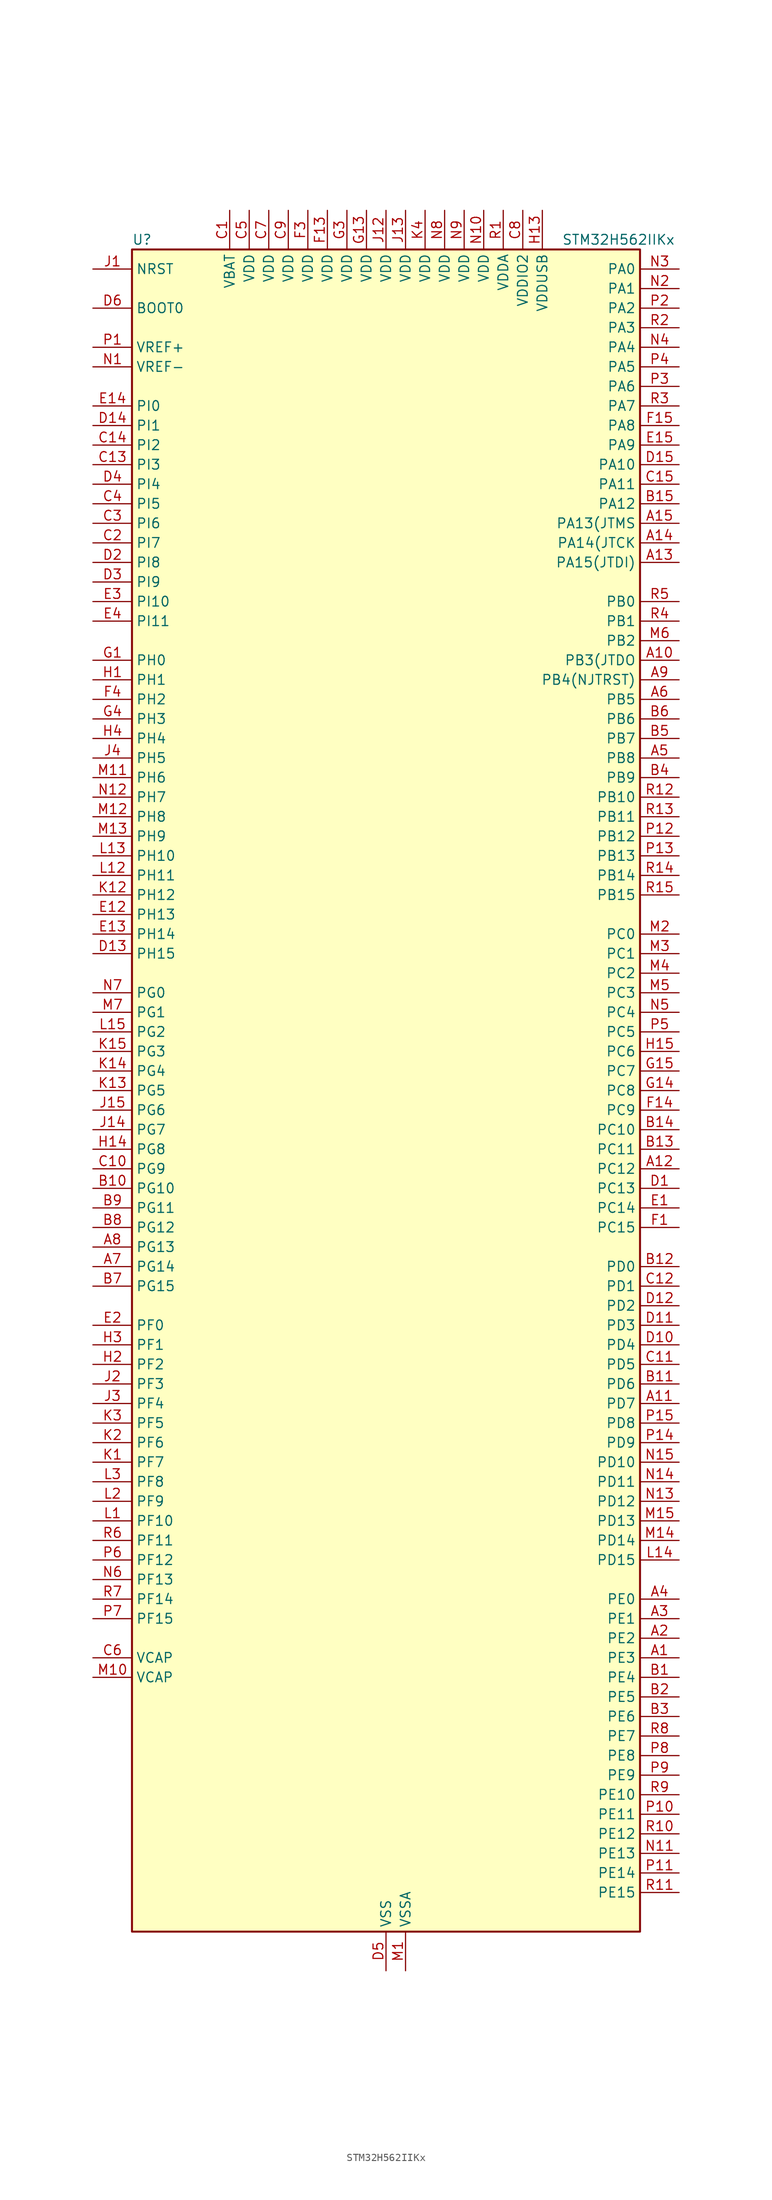
<source format=kicad_sym>
(kicad_symbol_lib
  (version 20231120)
  (generator "kicad-library-utils")
  (generator_version "8.0")
  (symbol "STM32H562IIKx"
    (property "Reference" "U"
      (at -33.02 110.49 0)
      (effects (font (size 1.27 1.27)) (justify left)))
    (property "Value" "STM32H562IIKx"
      (at 22.86 110.49 0)
      (effects (font (size 1.27 1.27)) (justify left)))
    (symbol "STM32H562IIKx_0_1"
      (rectangle (start -33.02 -109.22) (end 33.02 109.22) (stroke (width 0.254) (type default)) (fill (type background))))
    (symbol "STM32H562IIKx_1_1"
      (pin bidirectional line (at 38.1 -73.66 180) (length 5.08) (name "PE3" (effects (font (size 1.27 1.27)))) (number "A1" (effects (font (size 1.27 1.27)))) (alternate "DEBUG_TRACED0" bidirectional line) (alternate "FMC_A19" bidirectional line) (alternate "SAI1_SD_B" bidirectional line) (alternate "TAMP_IN6" bidirectional line) (alternate "TAMP_OUT3" bidirectional line) (alternate "TIM15_BKIN" bidirectional line) (alternate "USART10_TX" bidirectional line))
      (pin bidirectional line (at 38.1 55.88 180) (length 5.08) (name "PB3(JTDO" (effects (font (size 1.27 1.27)))) (number "A10" (effects (font (size 1.27 1.27)))) (alternate "CRS_SYNC" bidirectional line) (alternate "DEBUG_JTDO-SWO" bidirectional line) (alternate "I2C2_SDA" bidirectional line) (alternate "I2S1_CK" bidirectional line) (alternate "I2S3_CK" bidirectional line) (alternate "LPTIM6_ETR" bidirectional line) (alternate "SPI1_SCK" bidirectional line) (alternate "SPI3_SCK" bidirectional line) (alternate "SPI6_SCK" bidirectional line) (alternate "TIM2_CH2" bidirectional line) (alternate "UART12_CTS" bidirectional line) (alternate "UART7_RX" bidirectional line))
      (pin bidirectional line (at 38.1 -40.64 180) (length 5.08) (name "PD7" (effects (font (size 1.27 1.27)))) (number "A11" (effects (font (size 1.27 1.27)))) (alternate "FMC_NCE" bidirectional line) (alternate "FMC_NE1" bidirectional line) (alternate "I2S1_SDO" bidirectional line) (alternate "LPTIM4_OUT" bidirectional line) (alternate "OCTOSPI1_IO7" bidirectional line) (alternate "SPI1_MOSI" bidirectional line) (alternate "USART2_CK" bidirectional line))
      (pin bidirectional line (at 38.1 -10.16 180) (length 5.08) (name "PC12" (effects (font (size 1.27 1.27)))) (number "A12" (effects (font (size 1.27 1.27)))) (alternate "DCMI_D9" bidirectional line) (alternate "DEBUG_TRACED3" bidirectional line) (alternate "I2S3_SDO" bidirectional line) (alternate "PSSI_D9" bidirectional line) (alternate "SDMMC1_CK" bidirectional line) (alternate "SPI3_MOSI" bidirectional line) (alternate "SPI6_SCK" bidirectional line) (alternate "TIM15_CH1" bidirectional line) (alternate "UART5_TX" bidirectional line) (alternate "USART3_CK" bidirectional line))
      (pin bidirectional line (at 38.1 68.58 180) (length 5.08) (name "PA15(JTDI)" (effects (font (size 1.27 1.27)))) (number "A13" (effects (font (size 1.27 1.27)))) (alternate "ADC1_EXTI15" bidirectional line) (alternate "ADC2_EXTI15" bidirectional line) (alternate "CEC" bidirectional line) (alternate "DCMI_D11" bidirectional line) (alternate "DEBUG_JTDI" bidirectional line) (alternate "FMC_NBL1" bidirectional line) (alternate "I2S1_WS" bidirectional line) (alternate "I2S3_WS" bidirectional line) (alternate "LPTIM3_IN2" bidirectional line) (alternate "PSSI_D11" bidirectional line) (alternate "SPI1_NSS" bidirectional line) (alternate "SPI3_NSS" bidirectional line) (alternate "SPI6_NSS" bidirectional line) (alternate "TIM2_CH1" bidirectional line) (alternate "TIM2_ETR" bidirectional line) (alternate "UART4_DE" bidirectional line) (alternate "UART4_RTS" bidirectional line) (alternate "UART7_TX" bidirectional line))
      (pin bidirectional line (at 38.1 71.12 180) (length 5.08) (name "PA14(JTCK" (effects (font (size 1.27 1.27)))) (number "A14" (effects (font (size 1.27 1.27)))) (alternate "DEBUG_JTCK-SWCLK" bidirectional line))
      (pin bidirectional line (at 38.1 73.66 180) (length 5.08) (name "PA13(JTMS" (effects (font (size 1.27 1.27)))) (number "A15" (effects (font (size 1.27 1.27)))) (alternate "DEBUG_JTMS-SWDIO" bidirectional line))
      (pin bidirectional line (at 38.1 -71.12 180) (length 5.08) (name "PE2" (effects (font (size 1.27 1.27)))) (number "A2" (effects (font (size 1.27 1.27)))) (alternate "DCMI_D3" bidirectional line) (alternate "DEBUG_TRACECLK" bidirectional line) (alternate "FMC_A23" bidirectional line) (alternate "LPTIM1_IN2" bidirectional line) (alternate "OCTOSPI1_IO2" bidirectional line) (alternate "PSSI_D3" bidirectional line) (alternate "SAI1_CK1" bidirectional line) (alternate "SAI1_MCLK_A" bidirectional line) (alternate "SPI4_SCK" bidirectional line) (alternate "UART8_TX" bidirectional line) (alternate "USART10_RX" bidirectional line))
      (pin bidirectional line (at 38.1 -68.58 180) (length 5.08) (name "PE1" (effects (font (size 1.27 1.27)))) (number "A3" (effects (font (size 1.27 1.27)))) (alternate "DCMI_D3" bidirectional line) (alternate "FDCAN1_TX" bidirectional line) (alternate "FMC_NBL1" bidirectional line) (alternate "LPTIM1_IN2" bidirectional line) (alternate "PSSI_D3" bidirectional line) (alternate "UART8_TX" bidirectional line))
      (pin bidirectional line (at 38.1 -66.04 180) (length 5.08) (name "PE0" (effects (font (size 1.27 1.27)))) (number "A4" (effects (font (size 1.27 1.27)))) (alternate "DCMI_D2" bidirectional line) (alternate "FDCAN1_RX" bidirectional line) (alternate "FMC_NBL0" bidirectional line) (alternate "LPTIM1_ETR" bidirectional line) (alternate "LPTIM2_CH2" bidirectional line) (alternate "LPTIM2_ETR" bidirectional line) (alternate "PSSI_D2" bidirectional line) (alternate "SAI2_MCLK_A" bidirectional line) (alternate "SPI3_RDY" bidirectional line) (alternate "TIM4_ETR" bidirectional line) (alternate "UART8_RX" bidirectional line))
      (pin bidirectional line (at 38.1 43.18 180) (length 5.08) (name "PB8" (effects (font (size 1.27 1.27)))) (number "A5" (effects (font (size 1.27 1.27)))) (alternate "DCMI_D6" bidirectional line) (alternate "FDCAN1_RX" bidirectional line) (alternate "I2C1_SCL" bidirectional line) (alternate "I2C4_SCL" bidirectional line) (alternate "I3C1_SCL" bidirectional line) (alternate "PSSI_D6" bidirectional line) (alternate "SDMMC1_CKIN" bidirectional line) (alternate "SDMMC1_D4" bidirectional line) (alternate "SPI4_RDY" bidirectional line) (alternate "TIM16_CH1" bidirectional line) (alternate "TIM4_CH3" bidirectional line) (alternate "UART4_RX" bidirectional line))
      (pin bidirectional line (at 38.1 50.8 180) (length 5.08) (name "PB5" (effects (font (size 1.27 1.27)))) (number "A6" (effects (font (size 1.27 1.27)))) (alternate "DCMI_D10" bidirectional line) (alternate "FMC_SDCKE1" bidirectional line) (alternate "I2C1_SMBA" bidirectional line) (alternate "I2C4_SMBA" bidirectional line) (alternate "I2S1_SDO" bidirectional line) (alternate "I2S3_SDO" bidirectional line) (alternate "OCTOSPI1_NCLK" bidirectional line) (alternate "PSSI_D10" bidirectional line) (alternate "SPI1_MOSI" bidirectional line) (alternate "SPI3_MOSI" bidirectional line) (alternate "SPI6_MOSI" bidirectional line) (alternate "TIM17_BKIN" bidirectional line) (alternate "TIM3_CH2" bidirectional line) (alternate "UART5_RX" bidirectional line))
      (pin bidirectional line (at -38.1 -22.86 0) (length 5.08) (name "PG14" (effects (font (size 1.27 1.27)))) (number "A7" (effects (font (size 1.27 1.27)))) (alternate "DEBUG_TRACED1" bidirectional line) (alternate "FMC_A25" bidirectional line) (alternate "LPTIM1_CH2" bidirectional line) (alternate "LPTIM1_ETR" bidirectional line) (alternate "LPTIM5_IN1" bidirectional line) (alternate "OCTOSPI1_IO7" bidirectional line) (alternate "SPI6_MOSI" bidirectional line) (alternate "USART10_RTS" bidirectional line) (alternate "USART6_TX" bidirectional line))
      (pin bidirectional line (at -38.1 -20.32 0) (length 5.08) (name "PG13" (effects (font (size 1.27 1.27)))) (number "A8" (effects (font (size 1.27 1.27)))) (alternate "DEBUG_TRACED0" bidirectional line) (alternate "FMC_A24" bidirectional line) (alternate "LPTIM1_CH1" bidirectional line) (alternate "LPTIM5_CH2" bidirectional line) (alternate "SPI6_SCK" bidirectional line) (alternate "USART10_CTS" bidirectional line) (alternate "USART10_NSS" bidirectional line) (alternate "USART6_CTS" bidirectional line) (alternate "USART6_NSS" bidirectional line))
      (pin bidirectional line (at 38.1 53.34 180) (length 5.08) (name "PB4(NJTRST)" (effects (font (size 1.27 1.27)))) (number "A9" (effects (font (size 1.27 1.27)))) (alternate "DCMI_D7" bidirectional line) (alternate "DEBUG_JTRST" bidirectional line) (alternate "I2S1_SDI" bidirectional line) (alternate "I2S2_WS" bidirectional line) (alternate "I2S3_SDI" bidirectional line) (alternate "LPTIM1_CH2" bidirectional line) (alternate "OCTOSPI1_CLK" bidirectional line) (alternate "PSSI_D7" bidirectional line) (alternate "SPI1_MISO" bidirectional line) (alternate "SPI2_NSS" bidirectional line) (alternate "SPI3_MISO" bidirectional line) (alternate "SPI6_MISO" bidirectional line) (alternate "TIM16_BKIN" bidirectional line) (alternate "TIM3_CH1" bidirectional line) (alternate "UART7_TX" bidirectional line))
      (pin bidirectional line (at 38.1 -76.2 180) (length 5.08) (name "PE4" (effects (font (size 1.27 1.27)))) (number "B1" (effects (font (size 1.27 1.27)))) (alternate "DCMI_D4" bidirectional line) (alternate "DEBUG_TRACED1" bidirectional line) (alternate "FMC_A20" bidirectional line) (alternate "PSSI_D4" bidirectional line) (alternate "SAI1_D2" bidirectional line) (alternate "SAI1_FS_A" bidirectional line) (alternate "SPI4_NSS" bidirectional line) (alternate "TAMP_IN7" bidirectional line) (alternate "TAMP_OUT8" bidirectional line) (alternate "TIM15_CH1N" bidirectional line))
      (pin bidirectional line (at -38.1 -12.7 0) (length 5.08) (name "PG10" (effects (font (size 1.27 1.27)))) (number "B10" (effects (font (size 1.27 1.27)))) (alternate "DCMI_D2" bidirectional line) (alternate "FMC_NE3" bidirectional line) (alternate "I2S1_WS" bidirectional line) (alternate "PSSI_D2" bidirectional line) (alternate "SAI2_SD_B" bidirectional line) (alternate "SPI1_NSS" bidirectional line))
      (pin bidirectional line (at 38.1 -38.1 180) (length 5.08) (name "PD6" (effects (font (size 1.27 1.27)))) (number "B11" (effects (font (size 1.27 1.27)))) (alternate "DCMI_D10" bidirectional line) (alternate "FMC_NWAIT" bidirectional line) (alternate "I2S3_SDO" bidirectional line) (alternate "OCTOSPI1_IO6" bidirectional line) (alternate "PSSI_D10" bidirectional line) (alternate "SAI1_D1" bidirectional line) (alternate "SAI1_SD_A" bidirectional line) (alternate "SPI3_MOSI" bidirectional line) (alternate "USART2_RX" bidirectional line))
      (pin bidirectional line (at 38.1 -22.86 180) (length 5.08) (name "PD0" (effects (font (size 1.27 1.27)))) (number "B12" (effects (font (size 1.27 1.27)))) (alternate "FDCAN1_RX" bidirectional line) (alternate "FMC_D2" bidirectional line) (alternate "FMC_DA2" bidirectional line) (alternate "TIM8_CH4N" bidirectional line) (alternate "UART4_RX" bidirectional line) (alternate "UART9_CTS" bidirectional line))
      (pin bidirectional line (at 38.1 -7.62 180) (length 5.08) (name "PC11" (effects (font (size 1.27 1.27)))) (number "B13" (effects (font (size 1.27 1.27)))) (alternate "ADC1_EXTI11" bidirectional line) (alternate "ADC2_EXTI11" bidirectional line) (alternate "DCMI_D4" bidirectional line) (alternate "I2S3_SDI" bidirectional line) (alternate "LPTIM3_IN1" bidirectional line) (alternate "OCTOSPI1_NCS" bidirectional line) (alternate "PSSI_D4" bidirectional line) (alternate "SDMMC1_D3" bidirectional line) (alternate "SPI3_MISO" bidirectional line) (alternate "UART4_RX" bidirectional line) (alternate "USART3_RX" bidirectional line))
      (pin bidirectional line (at 38.1 -5.08 180) (length 5.08) (name "PC10" (effects (font (size 1.27 1.27)))) (number "B14" (effects (font (size 1.27 1.27)))) (alternate "DCMI_D8" bidirectional line) (alternate "I2S3_CK" bidirectional line) (alternate "LPTIM3_ETR" bidirectional line) (alternate "OCTOSPI1_IO1" bidirectional line) (alternate "PSSI_D8" bidirectional line) (alternate "SDMMC1_D2" bidirectional line) (alternate "SPI3_SCK" bidirectional line) (alternate "UART4_TX" bidirectional line) (alternate "USART3_TX" bidirectional line))
      (pin bidirectional line (at 38.1 76.2 180) (length 5.08) (name "PA12" (effects (font (size 1.27 1.27)))) (number "B15" (effects (font (size 1.27 1.27)))) (alternate "FDCAN1_TX" bidirectional line) (alternate "I2S2_CK" bidirectional line) (alternate "LPUART1_RTS" bidirectional line) (alternate "SAI2_FS_B" bidirectional line) (alternate "SPI2_SCK" bidirectional line) (alternate "TIM1_ETR" bidirectional line) (alternate "UART4_TX" bidirectional line) (alternate "USART1_RTS" bidirectional line) (alternate "USB_DP" bidirectional line))
      (pin bidirectional line (at 38.1 -78.74 180) (length 5.08) (name "PE5" (effects (font (size 1.27 1.27)))) (number "B2" (effects (font (size 1.27 1.27)))) (alternate "DCMI_D6" bidirectional line) (alternate "DEBUG_TRACED2" bidirectional line) (alternate "FMC_A21" bidirectional line) (alternate "PSSI_D6" bidirectional line) (alternate "SAI1_CK2" bidirectional line) (alternate "SAI1_SCK_A" bidirectional line) (alternate "SPI4_MISO" bidirectional line) (alternate "TAMP_IN8" bidirectional line) (alternate "TAMP_OUT7" bidirectional line) (alternate "TIM15_CH1" bidirectional line))
      (pin bidirectional line (at 38.1 -81.28 180) (length 5.08) (name "PE6" (effects (font (size 1.27 1.27)))) (number "B3" (effects (font (size 1.27 1.27)))) (alternate "DCMI_D7" bidirectional line) (alternate "DEBUG_TRACED3" bidirectional line) (alternate "FMC_A22" bidirectional line) (alternate "PSSI_D7" bidirectional line) (alternate "SAI1_D1" bidirectional line) (alternate "SAI1_SD_A" bidirectional line) (alternate "SAI2_MCLK_B" bidirectional line) (alternate "SPI4_MOSI" bidirectional line) (alternate "TAMP_IN3" bidirectional line) (alternate "TAMP_OUT6" bidirectional line) (alternate "TIM15_CH2" bidirectional line) (alternate "TIM1_BKIN2" bidirectional line))
      (pin bidirectional line (at 38.1 40.64 180) (length 5.08) (name "PB9" (effects (font (size 1.27 1.27)))) (number "B4" (effects (font (size 1.27 1.27)))) (alternate "DAC1_EXTI9" bidirectional line) (alternate "DCMI_D7" bidirectional line) (alternate "FDCAN1_TX" bidirectional line) (alternate "I2C1_SDA" bidirectional line) (alternate "I2C4_SDA" bidirectional line) (alternate "I2S2_WS" bidirectional line) (alternate "I3C1_SDA" bidirectional line) (alternate "PSSI_D7" bidirectional line) (alternate "SDMMC1_CDIR" bidirectional line) (alternate "SDMMC1_D5" bidirectional line) (alternate "SPI2_NSS" bidirectional line) (alternate "TIM17_CH1" bidirectional line) (alternate "TIM4_CH4" bidirectional line) (alternate "UART4_TX" bidirectional line))
      (pin bidirectional line (at 38.1 45.72 180) (length 5.08) (name "PB7" (effects (font (size 1.27 1.27)))) (number "B5" (effects (font (size 1.27 1.27)))) (alternate "DCMI_VSYNC" bidirectional line) (alternate "FDCAN1_TX" bidirectional line) (alternate "FMC_NL" bidirectional line) (alternate "I2C1_SDA" bidirectional line) (alternate "I2C4_SDA" bidirectional line) (alternate "I3C1_SDA" bidirectional line) (alternate "LPUART1_RX" bidirectional line) (alternate "PSSI_RDY" bidirectional line) (alternate "PWR_WKUP5" bidirectional line) (alternate "TIM17_CH1N" bidirectional line) (alternate "TIM4_CH2" bidirectional line) (alternate "USART1_RX" bidirectional line))
      (pin bidirectional line (at 38.1 48.26 180) (length 5.08) (name "PB6" (effects (font (size 1.27 1.27)))) (number "B6" (effects (font (size 1.27 1.27)))) (alternate "CEC" bidirectional line) (alternate "DCMI_D5" bidirectional line) (alternate "FMC_SDNE1" bidirectional line) (alternate "I2C1_SCL" bidirectional line) (alternate "I2C4_SCL" bidirectional line) (alternate "I3C1_SCL" bidirectional line) (alternate "LPUART1_TX" bidirectional line) (alternate "OCTOSPI1_NCS" bidirectional line) (alternate "PSSI_D5" bidirectional line) (alternate "TIM16_CH1N" bidirectional line) (alternate "TIM4_CH1" bidirectional line) (alternate "UART5_TX" bidirectional line) (alternate "USART1_TX" bidirectional line))
      (pin bidirectional line (at -38.1 -25.4 0) (length 5.08) (name "PG15" (effects (font (size 1.27 1.27)))) (number "B7" (effects (font (size 1.27 1.27)))) (alternate "ADC1_EXTI15" bidirectional line) (alternate "ADC2_EXTI15" bidirectional line) (alternate "DCMI_D13" bidirectional line) (alternate "FMC_SDNCAS" bidirectional line) (alternate "PSSI_D13" bidirectional line) (alternate "SPI4_RDY" bidirectional line) (alternate "USART10_CK" bidirectional line) (alternate "USART6_CTS" bidirectional line) (alternate "USART6_NSS" bidirectional line))
      (pin bidirectional line (at -38.1 -17.78 0) (length 5.08) (name "PG12" (effects (font (size 1.27 1.27)))) (number "B8" (effects (font (size 1.27 1.27)))) (alternate "DCMI_D11" bidirectional line) (alternate "FMC_NE4" bidirectional line) (alternate "LPTIM1_IN1" bidirectional line) (alternate "LPTIM5_CH1" bidirectional line) (alternate "PSSI_D11" bidirectional line) (alternate "PSSI_D15" bidirectional line) (alternate "SPI6_MISO" bidirectional line) (alternate "USART10_TX" bidirectional line) (alternate "USART6_RTS" bidirectional line))
      (pin bidirectional line (at -38.1 -15.24 0) (length 5.08) (name "PG11" (effects (font (size 1.27 1.27)))) (number "B9" (effects (font (size 1.27 1.27)))) (alternate "ADC1_EXTI11" bidirectional line) (alternate "ADC2_EXTI11" bidirectional line) (alternate "DCMI_D3" bidirectional line) (alternate "I2S1_CK" bidirectional line) (alternate "LPTIM1_IN2" bidirectional line) (alternate "PSSI_D3" bidirectional line) (alternate "SPI1_SCK" bidirectional line) (alternate "USART10_RX" bidirectional line) (alternate "USART11_RTS" bidirectional line))
      (pin power_in line (at -20.32 114.3 270) (length 5.08) (name "VBAT" (effects (font (size 1.27 1.27)))) (number "C1" (effects (font (size 1.27 1.27)))))
      (pin bidirectional line (at -38.1 -10.16 0) (length 5.08) (name "PG9" (effects (font (size 1.27 1.27)))) (number "C10" (effects (font (size 1.27 1.27)))) (alternate "DAC1_EXTI9" bidirectional line) (alternate "DCMI_VSYNC" bidirectional line) (alternate "FMC_NCE" bidirectional line) (alternate "FMC_NE2" bidirectional line) (alternate "I2S1_SDI" bidirectional line) (alternate "OCTOSPI1_IO6" bidirectional line) (alternate "PSSI_RDY" bidirectional line) (alternate "SAI2_FS_B" bidirectional line) (alternate "SPI1_MISO" bidirectional line) (alternate "USART6_RX" bidirectional line))
      (pin bidirectional line (at 38.1 -35.56 180) (length 5.08) (name "PD5" (effects (font (size 1.27 1.27)))) (number "C11" (effects (font (size 1.27 1.27)))) (alternate "FDCAN1_TX" bidirectional line) (alternate "FMC_NWE" bidirectional line) (alternate "OCTOSPI1_IO5" bidirectional line) (alternate "SPI2_RDY" bidirectional line) (alternate "TIM1_CH4N" bidirectional line) (alternate "USART2_TX" bidirectional line))
      (pin bidirectional line (at 38.1 -25.4 180) (length 5.08) (name "PD1" (effects (font (size 1.27 1.27)))) (number "C12" (effects (font (size 1.27 1.27)))) (alternate "FDCAN1_TX" bidirectional line) (alternate "FMC_D3" bidirectional line) (alternate "FMC_DA3" bidirectional line) (alternate "UART4_TX" bidirectional line))
      (pin bidirectional line (at -38.1 81.28 0) (length 5.08) (name "PI3" (effects (font (size 1.27 1.27)))) (number "C13" (effects (font (size 1.27 1.27)))) (alternate "DCMI_D10" bidirectional line) (alternate "I2S2_SDO" bidirectional line) (alternate "PSSI_D10" bidirectional line) (alternate "SPI2_MOSI" bidirectional line) (alternate "TIM8_ETR" bidirectional line))
      (pin bidirectional line (at -38.1 83.82 0) (length 5.08) (name "PI2" (effects (font (size 1.27 1.27)))) (number "C14" (effects (font (size 1.27 1.27)))) (alternate "DCMI_D9" bidirectional line) (alternate "I2S2_SDI" bidirectional line) (alternate "PSSI_D9" bidirectional line) (alternate "SPI2_MISO" bidirectional line) (alternate "TIM8_CH4" bidirectional line))
      (pin bidirectional line (at 38.1 78.74 180) (length 5.08) (name "PA11" (effects (font (size 1.27 1.27)))) (number "C15" (effects (font (size 1.27 1.27)))) (alternate "ADC1_EXTI11" bidirectional line) (alternate "ADC2_EXTI11" bidirectional line) (alternate "FDCAN1_RX" bidirectional line) (alternate "I2S2_WS" bidirectional line) (alternate "LPUART1_CTS" bidirectional line) (alternate "SPI2_NSS" bidirectional line) (alternate "TIM1_CH4" bidirectional line) (alternate "UART4_RX" bidirectional line) (alternate "USART1_CTS" bidirectional line) (alternate "USART1_NSS" bidirectional line) (alternate "USB_DM" bidirectional line))
      (pin bidirectional line (at -38.1 71.12 0) (length 5.08) (name "PI7" (effects (font (size 1.27 1.27)))) (number "C2" (effects (font (size 1.27 1.27)))) (alternate "DCMI_D7" bidirectional line) (alternate "PSSI_D7" bidirectional line) (alternate "SAI2_FS_A" bidirectional line) (alternate "TIM8_CH3" bidirectional line))
      (pin bidirectional line (at -38.1 73.66 0) (length 5.08) (name "PI6" (effects (font (size 1.27 1.27)))) (number "C3" (effects (font (size 1.27 1.27)))) (alternate "DCMI_D6" bidirectional line) (alternate "PSSI_D6" bidirectional line) (alternate "SAI2_SD_A" bidirectional line) (alternate "TIM8_CH2" bidirectional line))
      (pin bidirectional line (at -38.1 76.2 0) (length 5.08) (name "PI5" (effects (font (size 1.27 1.27)))) (number "C4" (effects (font (size 1.27 1.27)))) (alternate "DCMI_VSYNC" bidirectional line) (alternate "PSSI_RDY" bidirectional line) (alternate "SAI2_SCK_A" bidirectional line) (alternate "TIM8_CH1" bidirectional line))
      (pin power_in line (at -17.78 114.3 270) (length 5.08) (name "VDD" (effects (font (size 1.27 1.27)))) (number "C5" (effects (font (size 1.27 1.27)))))
      (pin power_out line (at -38.1 -73.66 0) (length 5.08) (name "VCAP" (effects (font (size 1.27 1.27)))) (number "C6" (effects (font (size 1.27 1.27)))))
      (pin power_in line (at -15.24 114.3 270) (length 5.08) (name "VDD" (effects (font (size 1.27 1.27)))) (number "C7" (effects (font (size 1.27 1.27)))))
      (pin power_in line (at 17.78 114.3 270) (length 5.08) (name "VDDIO2" (effects (font (size 1.27 1.27)))) (number "C8" (effects (font (size 1.27 1.27)))))
      (pin power_in line (at -12.7 114.3 270) (length 5.08) (name "VDD" (effects (font (size 1.27 1.27)))) (number "C9" (effects (font (size 1.27 1.27)))))
      (pin bidirectional line (at 38.1 -12.7 180) (length 5.08) (name "PC13" (effects (font (size 1.27 1.27)))) (number "D1" (effects (font (size 1.27 1.27)))) (alternate "PWR_WKUP4" bidirectional line) (alternate "RTC_OUT1" bidirectional line) (alternate "RTC_TS" bidirectional line) (alternate "TAMP_IN1" bidirectional line) (alternate "TAMP_OUT2" bidirectional line) (alternate "TAMP_OUT3" bidirectional line))
      (pin bidirectional line (at 38.1 -33.02 180) (length 5.08) (name "PD4" (effects (font (size 1.27 1.27)))) (number "D10" (effects (font (size 1.27 1.27)))) (alternate "FMC_NOE" bidirectional line) (alternate "OCTOSPI1_IO4" bidirectional line) (alternate "USART2_RTS" bidirectional line))
      (pin bidirectional line (at 38.1 -30.48 180) (length 5.08) (name "PD3" (effects (font (size 1.27 1.27)))) (number "D11" (effects (font (size 1.27 1.27)))) (alternate "DCMI_D5" bidirectional line) (alternate "FMC_CLK" bidirectional line) (alternate "I2S2_CK" bidirectional line) (alternate "PSSI_D5" bidirectional line) (alternate "PWR_WKUP8" bidirectional line) (alternate "SPI2_SCK" bidirectional line) (alternate "USART2_CTS" bidirectional line) (alternate "USART2_NSS" bidirectional line))
      (pin bidirectional line (at 38.1 -27.94 180) (length 5.08) (name "PD2" (effects (font (size 1.27 1.27)))) (number "D12" (effects (font (size 1.27 1.27)))) (alternate "DCMI_D11" bidirectional line) (alternate "DEBUG_TRACED2" bidirectional line) (alternate "LPTIM4_ETR" bidirectional line) (alternate "PSSI_D11" bidirectional line) (alternate "PWR_WKUP7" bidirectional line) (alternate "SDMMC1_CMD" bidirectional line) (alternate "TIM15_BKIN" bidirectional line) (alternate "TIM3_ETR" bidirectional line) (alternate "UART5_RX" bidirectional line))
      (pin bidirectional line (at -38.1 17.78 0) (length 5.08) (name "PH15" (effects (font (size 1.27 1.27)))) (number "D13" (effects (font (size 1.27 1.27)))) (alternate "ADC1_EXTI15" bidirectional line) (alternate "ADC2_EXTI15" bidirectional line) (alternate "DCMI_D11" bidirectional line) (alternate "PSSI_D11" bidirectional line) (alternate "TIM8_CH3N" bidirectional line))
      (pin bidirectional line (at -38.1 86.36 0) (length 5.08) (name "PI1" (effects (font (size 1.27 1.27)))) (number "D14" (effects (font (size 1.27 1.27)))) (alternate "DCMI_D8" bidirectional line) (alternate "I2S2_CK" bidirectional line) (alternate "PSSI_D8" bidirectional line) (alternate "SPI2_SCK" bidirectional line) (alternate "TIM8_BKIN2" bidirectional line))
      (pin bidirectional line (at 38.1 81.28 180) (length 5.08) (name "PA10" (effects (font (size 1.27 1.27)))) (number "D15" (effects (font (size 1.27 1.27)))) (alternate "DCMI_D1" bidirectional line) (alternate "LPTIM2_IN2" bidirectional line) (alternate "LPUART1_RX" bidirectional line) (alternate "PSSI_D1" bidirectional line) (alternate "SDMMC1_D0" bidirectional line) (alternate "TIM1_CH3" bidirectional line) (alternate "UCPD1_FRSTX" bidirectional line) (alternate "USART1_RX" bidirectional line))
      (pin bidirectional line (at -38.1 68.58 0) (length 5.08) (name "PI8" (effects (font (size 1.27 1.27)))) (number "D2" (effects (font (size 1.27 1.27)))) (alternate "PWR_WKUP3" bidirectional line) (alternate "RTC_OUT2" bidirectional line) (alternate "TAMP_IN2" bidirectional line) (alternate "TAMP_OUT3" bidirectional line))
      (pin bidirectional line (at -38.1 66.04 0) (length 5.08) (name "PI9" (effects (font (size 1.27 1.27)))) (number "D3" (effects (font (size 1.27 1.27)))) (alternate "DAC1_EXTI9" bidirectional line) (alternate "FDCAN1_RX" bidirectional line) (alternate "UART4_RX" bidirectional line))
      (pin bidirectional line (at -38.1 78.74 0) (length 5.08) (name "PI4" (effects (font (size 1.27 1.27)))) (number "D4" (effects (font (size 1.27 1.27)))) (alternate "DCMI_D5" bidirectional line) (alternate "PSSI_D5" bidirectional line) (alternate "SAI2_MCLK_A" bidirectional line) (alternate "SPI2_RDY" bidirectional line) (alternate "TIM8_BKIN" bidirectional line))
      (pin power_in line (at 0 -114.3 90) (length 5.08) (name "VSS" (effects (font (size 1.27 1.27)))) (number "D5" (effects (font (size 1.27 1.27)))))
      (pin input line (at -38.1 101.6 0) (length 5.08) (name "BOOT0" (effects (font (size 1.27 1.27)))) (number "D6" (effects (font (size 1.27 1.27)))))
      (pin passive line (at 0 -114.3 90) (length 5.08) hide (name "VSS" (effects (font (size 1.27 1.27)))) (number "D7" (effects (font (size 1.27 1.27)))))
      (pin passive line (at 0 -114.3 90) (length 5.08) hide (name "VSS" (effects (font (size 1.27 1.27)))) (number "D8" (effects (font (size 1.27 1.27)))))
      (pin passive line (at 0 -114.3 90) (length 5.08) hide (name "VSS" (effects (font (size 1.27 1.27)))) (number "D9" (effects (font (size 1.27 1.27)))))
      (pin bidirectional line (at 38.1 -15.24 180) (length 5.08) (name "PC14" (effects (font (size 1.27 1.27)))) (number "E1" (effects (font (size 1.27 1.27)))) (alternate "RCC_OSC32_IN" bidirectional line))
      (pin bidirectional line (at -38.1 22.86 0) (length 5.08) (name "PH13" (effects (font (size 1.27 1.27)))) (number "E12" (effects (font (size 1.27 1.27)))) (alternate "DCMI_D3" bidirectional line) (alternate "FDCAN1_TX" bidirectional line) (alternate "LPTIM1_IN2" bidirectional line) (alternate "PSSI_D3" bidirectional line) (alternate "TIM8_CH1N" bidirectional line) (alternate "UART4_TX" bidirectional line) (alternate "UART8_TX" bidirectional line))
      (pin bidirectional line (at -38.1 20.32 0) (length 5.08) (name "PH14" (effects (font (size 1.27 1.27)))) (number "E13" (effects (font (size 1.27 1.27)))) (alternate "DCMI_D4" bidirectional line) (alternate "FDCAN1_RX" bidirectional line) (alternate "PSSI_D4" bidirectional line) (alternate "TIM8_CH2N" bidirectional line) (alternate "UART4_RX" bidirectional line))
      (pin bidirectional line (at -38.1 88.9 0) (length 5.08) (name "PI0" (effects (font (size 1.27 1.27)))) (number "E14" (effects (font (size 1.27 1.27)))) (alternate "DCMI_D13" bidirectional line) (alternate "I2S2_WS" bidirectional line) (alternate "PSSI_D13" bidirectional line) (alternate "SPI2_NSS" bidirectional line) (alternate "TIM5_CH4" bidirectional line))
      (pin bidirectional line (at 38.1 83.82 180) (length 5.08) (name "PA9" (effects (font (size 1.27 1.27)))) (number "E15" (effects (font (size 1.27 1.27)))) (alternate "DAC1_EXTI9" bidirectional line) (alternate "DCMI_D0" bidirectional line) (alternate "FMC_NWE" bidirectional line) (alternate "I2C3_SMBA" bidirectional line) (alternate "I2S2_CK" bidirectional line) (alternate "LPUART1_TX" bidirectional line) (alternate "PSSI_D0" bidirectional line) (alternate "SPI2_SCK" bidirectional line) (alternate "TIM1_CH2" bidirectional line) (alternate "UCPD1_DB1" bidirectional line) (alternate "USART1_TX" bidirectional line))
      (pin bidirectional line (at -38.1 -30.48 0) (length 5.08) (name "PF0" (effects (font (size 1.27 1.27)))) (number "E2" (effects (font (size 1.27 1.27)))) (alternate "FMC_A0" bidirectional line) (alternate "I2C2_SDA" bidirectional line) (alternate "LPTIM5_CH1" bidirectional line))
      (pin bidirectional line (at -38.1 63.5 0) (length 5.08) (name "PI10" (effects (font (size 1.27 1.27)))) (number "E3" (effects (font (size 1.27 1.27)))) (alternate "FDCAN1_RX" bidirectional line) (alternate "PSSI_D14" bidirectional line))
      (pin bidirectional line (at -38.1 60.96 0) (length 5.08) (name "PI11" (effects (font (size 1.27 1.27)))) (number "E4" (effects (font (size 1.27 1.27)))) (alternate "ADC1_EXTI11" bidirectional line) (alternate "ADC2_EXTI11" bidirectional line) (alternate "PSSI_D15" bidirectional line) (alternate "TAMP_IN4" bidirectional line) (alternate "TAMP_OUT5" bidirectional line))
      (pin bidirectional line (at 38.1 -17.78 180) (length 5.08) (name "PC15" (effects (font (size 1.27 1.27)))) (number "F1" (effects (font (size 1.27 1.27)))) (alternate "ADC1_EXTI15" bidirectional line) (alternate "ADC2_EXTI15" bidirectional line) (alternate "RCC_OSC32_OUT" bidirectional line))
      (pin passive line (at 0 -114.3 90) (length 5.08) hide (name "VSS" (effects (font (size 1.27 1.27)))) (number "F10" (effects (font (size 1.27 1.27)))))
      (pin passive line (at 0 -114.3 90) (length 5.08) hide (name "VSS" (effects (font (size 1.27 1.27)))) (number "F12" (effects (font (size 1.27 1.27)))))
      (pin power_in line (at -7.62 114.3 270) (length 5.08) (name "VDD" (effects (font (size 1.27 1.27)))) (number "F13" (effects (font (size 1.27 1.27)))))
      (pin bidirectional line (at 38.1 -2.54 180) (length 5.08) (name "PC9" (effects (font (size 1.27 1.27)))) (number "F14" (effects (font (size 1.27 1.27)))) (alternate "AUDIOCLK" bidirectional line) (alternate "DAC1_EXTI9" bidirectional line) (alternate "DCMI_D3" bidirectional line) (alternate "FMC_CLE" bidirectional line) (alternate "I2C3_SDA" bidirectional line) (alternate "OCTOSPI1_IO0" bidirectional line) (alternate "PSSI_D3" bidirectional line) (alternate "RCC_MCO_2" bidirectional line) (alternate "SDMMC1_D1" bidirectional line) (alternate "TIM3_CH4" bidirectional line) (alternate "TIM8_CH4" bidirectional line) (alternate "UART5_CTS" bidirectional line) (alternate "UCPD1_DB2" bidirectional line))
      (pin bidirectional line (at 38.1 86.36 180) (length 5.08) (name "PA8" (effects (font (size 1.27 1.27)))) (number "F15" (effects (font (size 1.27 1.27)))) (alternate "DCMI_D3" bidirectional line) (alternate "FMC_NOE" bidirectional line) (alternate "I2C3_SCL" bidirectional line) (alternate "PSSI_D3" bidirectional line) (alternate "RCC_MCO_1" bidirectional line) (alternate "SPI1_RDY" bidirectional line) (alternate "TIM1_CH1" bidirectional line) (alternate "TIM8_BKIN2" bidirectional line) (alternate "UART7_RX" bidirectional line) (alternate "USART1_CK" bidirectional line) (alternate "USB_SOF" bidirectional line))
      (pin passive line (at 0 -114.3 90) (length 5.08) hide (name "VSS" (effects (font (size 1.27 1.27)))) (number "F2" (effects (font (size 1.27 1.27)))))
      (pin power_in line (at -10.16 114.3 270) (length 5.08) (name "VDD" (effects (font (size 1.27 1.27)))) (number "F3" (effects (font (size 1.27 1.27)))))
      (pin bidirectional line (at -38.1 50.8 0) (length 5.08) (name "PH2" (effects (font (size 1.27 1.27)))) (number "F4" (effects (font (size 1.27 1.27)))) (alternate "FMC_SDCKE0" bidirectional line) (alternate "LPTIM1_IN2" bidirectional line) (alternate "OCTOSPI1_IO4" bidirectional line) (alternate "SAI2_SCK_B" bidirectional line))
      (pin passive line (at 0 -114.3 90) (length 5.08) hide (name "VSS" (effects (font (size 1.27 1.27)))) (number "F6" (effects (font (size 1.27 1.27)))))
      (pin passive line (at 0 -114.3 90) (length 5.08) hide (name "VSS" (effects (font (size 1.27 1.27)))) (number "F7" (effects (font (size 1.27 1.27)))))
      (pin passive line (at 0 -114.3 90) (length 5.08) hide (name "VSS" (effects (font (size 1.27 1.27)))) (number "F8" (effects (font (size 1.27 1.27)))))
      (pin passive line (at 0 -114.3 90) (length 5.08) hide (name "VSS" (effects (font (size 1.27 1.27)))) (number "F9" (effects (font (size 1.27 1.27)))))
      (pin bidirectional line (at -38.1 55.88 0) (length 5.08) (name "PH0" (effects (font (size 1.27 1.27)))) (number "G1" (effects (font (size 1.27 1.27)))) (alternate "RCC_OSC_IN" bidirectional line))
      (pin passive line (at 0 -114.3 90) (length 5.08) hide (name "VSS" (effects (font (size 1.27 1.27)))) (number "G10" (effects (font (size 1.27 1.27)))))
      (pin passive line (at 0 -114.3 90) (length 5.08) hide (name "VSS" (effects (font (size 1.27 1.27)))) (number "G12" (effects (font (size 1.27 1.27)))))
      (pin power_in line (at -2.54 114.3 270) (length 5.08) (name "VDD" (effects (font (size 1.27 1.27)))) (number "G13" (effects (font (size 1.27 1.27)))))
      (pin bidirectional line (at 38.1 0 180) (length 5.08) (name "PC8" (effects (font (size 1.27 1.27)))) (number "G14" (effects (font (size 1.27 1.27)))) (alternate "DCMI_D2" bidirectional line) (alternate "DEBUG_TRACED1" bidirectional line) (alternate "FMC_ALE" bidirectional line) (alternate "FMC_INT" bidirectional line) (alternate "FMC_NCE" bidirectional line) (alternate "FMC_NE2" bidirectional line) (alternate "PSSI_D2" bidirectional line) (alternate "SDMMC1_D0" bidirectional line) (alternate "TIM3_CH3" bidirectional line) (alternate "TIM8_CH3" bidirectional line) (alternate "UART5_DE" bidirectional line) (alternate "UART5_RTS" bidirectional line) (alternate "USART6_CK" bidirectional line))
      (pin bidirectional line (at 38.1 2.54 180) (length 5.08) (name "PC7" (effects (font (size 1.27 1.27)))) (number "G15" (effects (font (size 1.27 1.27)))) (alternate "DCMI_D1" bidirectional line) (alternate "DEBUG_TRGIO" bidirectional line) (alternate "FMC_NE1" bidirectional line) (alternate "I2S3_MCK" bidirectional line) (alternate "OCTOSPI1_IO6" bidirectional line) (alternate "PSSI_D1" bidirectional line) (alternate "SDMMC1_D123DIR" bidirectional line) (alternate "SDMMC1_D7" bidirectional line) (alternate "TIM3_CH2" bidirectional line) (alternate "TIM8_CH2" bidirectional line) (alternate "USART6_RX" bidirectional line))
      (pin passive line (at 0 -114.3 90) (length 5.08) hide (name "VSS" (effects (font (size 1.27 1.27)))) (number "G2" (effects (font (size 1.27 1.27)))))
      (pin power_in line (at -5.08 114.3 270) (length 5.08) (name "VDD" (effects (font (size 1.27 1.27)))) (number "G3" (effects (font (size 1.27 1.27)))))
      (pin bidirectional line (at -38.1 48.26 0) (length 5.08) (name "PH3" (effects (font (size 1.27 1.27)))) (number "G4" (effects (font (size 1.27 1.27)))) (alternate "FMC_SDNE0" bidirectional line) (alternate "OCTOSPI1_IO5" bidirectional line) (alternate "SAI2_MCLK_B" bidirectional line))
      (pin passive line (at 0 -114.3 90) (length 5.08) hide (name "VSS" (effects (font (size 1.27 1.27)))) (number "G6" (effects (font (size 1.27 1.27)))))
      (pin passive line (at 0 -114.3 90) (length 5.08) hide (name "VSS" (effects (font (size 1.27 1.27)))) (number "G7" (effects (font (size 1.27 1.27)))))
      (pin passive line (at 0 -114.3 90) (length 5.08) hide (name "VSS" (effects (font (size 1.27 1.27)))) (number "G8" (effects (font (size 1.27 1.27)))))
      (pin passive line (at 0 -114.3 90) (length 5.08) hide (name "VSS" (effects (font (size 1.27 1.27)))) (number "G9" (effects (font (size 1.27 1.27)))))
      (pin bidirectional line (at -38.1 53.34 0) (length 5.08) (name "PH1" (effects (font (size 1.27 1.27)))) (number "H1" (effects (font (size 1.27 1.27)))) (alternate "RCC_OSC_OUT" bidirectional line))
      (pin passive line (at 0 -114.3 90) (length 5.08) hide (name "VSS" (effects (font (size 1.27 1.27)))) (number "H10" (effects (font (size 1.27 1.27)))))
      (pin passive line (at 0 -114.3 90) (length 5.08) hide (name "VSS" (effects (font (size 1.27 1.27)))) (number "H12" (effects (font (size 1.27 1.27)))))
      (pin power_in line (at 20.32 114.3 270) (length 5.08) (name "VDDUSB" (effects (font (size 1.27 1.27)))) (number "H13" (effects (font (size 1.27 1.27)))))
      (pin bidirectional line (at -38.1 -7.62 0) (length 5.08) (name "PG8" (effects (font (size 1.27 1.27)))) (number "H14" (effects (font (size 1.27 1.27)))) (alternate "FMC_SDCLK" bidirectional line) (alternate "SPI6_NSS" bidirectional line) (alternate "TIM8_ETR" bidirectional line) (alternate "USART6_RTS" bidirectional line))
      (pin bidirectional line (at 38.1 5.08 180) (length 5.08) (name "PC6" (effects (font (size 1.27 1.27)))) (number "H15" (effects (font (size 1.27 1.27)))) (alternate "DCMI_D0" bidirectional line) (alternate "FMC_NWAIT" bidirectional line) (alternate "I2S2_MCK" bidirectional line) (alternate "OCTOSPI1_IO5" bidirectional line) (alternate "PSSI_D0" bidirectional line) (alternate "SAI1_SCK_A" bidirectional line) (alternate "SDMMC1_D0DIR" bidirectional line) (alternate "SDMMC1_D6" bidirectional line) (alternate "TIM3_CH1" bidirectional line) (alternate "TIM8_CH1" bidirectional line) (alternate "USART6_TX" bidirectional line))
      (pin bidirectional line (at -38.1 -35.56 0) (length 5.08) (name "PF2" (effects (font (size 1.27 1.27)))) (number "H2" (effects (font (size 1.27 1.27)))) (alternate "FMC_A2" bidirectional line) (alternate "I2C2_SMBA" bidirectional line) (alternate "LPTIM3_CH2" bidirectional line) (alternate "LPTIM3_IN2" bidirectional line) (alternate "LPTIM5_IN1" bidirectional line) (alternate "UART12_TX" bidirectional line) (alternate "USART11_CK" bidirectional line))
      (pin bidirectional line (at -38.1 -33.02 0) (length 5.08) (name "PF1" (effects (font (size 1.27 1.27)))) (number "H3" (effects (font (size 1.27 1.27)))) (alternate "FMC_A1" bidirectional line) (alternate "I2C2_SCL" bidirectional line) (alternate "LPTIM5_CH2" bidirectional line))
      (pin bidirectional line (at -38.1 45.72 0) (length 5.08) (name "PH4" (effects (font (size 1.27 1.27)))) (number "H4" (effects (font (size 1.27 1.27)))) (alternate "I2C2_SCL" bidirectional line) (alternate "PSSI_D14" bidirectional line) (alternate "SPI5_RDY" bidirectional line) (alternate "SPI6_RDY" bidirectional line))
      (pin passive line (at 0 -114.3 90) (length 5.08) hide (name "VSS" (effects (font (size 1.27 1.27)))) (number "H6" (effects (font (size 1.27 1.27)))))
      (pin passive line (at 0 -114.3 90) (length 5.08) hide (name "VSS" (effects (font (size 1.27 1.27)))) (number "H7" (effects (font (size 1.27 1.27)))))
      (pin passive line (at 0 -114.3 90) (length 5.08) hide (name "VSS" (effects (font (size 1.27 1.27)))) (number "H8" (effects (font (size 1.27 1.27)))))
      (pin passive line (at 0 -114.3 90) (length 5.08) hide (name "VSS" (effects (font (size 1.27 1.27)))) (number "H9" (effects (font (size 1.27 1.27)))))
      (pin input line (at -38.1 106.68 0) (length 5.08) (name "NRST" (effects (font (size 1.27 1.27)))) (number "J1" (effects (font (size 1.27 1.27)))))
      (pin passive line (at 0 -114.3 90) (length 5.08) hide (name "VSS" (effects (font (size 1.27 1.27)))) (number "J10" (effects (font (size 1.27 1.27)))))
      (pin power_in line (at 0 114.3 270) (length 5.08) (name "VDD" (effects (font (size 1.27 1.27)))) (number "J12" (effects (font (size 1.27 1.27)))))
      (pin power_in line (at 2.54 114.3 270) (length 5.08) (name "VDD" (effects (font (size 1.27 1.27)))) (number "J13" (effects (font (size 1.27 1.27)))))
      (pin bidirectional line (at -38.1 -5.08 0) (length 5.08) (name "PG7" (effects (font (size 1.27 1.27)))) (number "J14" (effects (font (size 1.27 1.27)))) (alternate "DCMI_D13" bidirectional line) (alternate "FMC_INT" bidirectional line) (alternate "I2C4_SCL" bidirectional line) (alternate "I3C1_SCL" bidirectional line) (alternate "PSSI_D13" bidirectional line) (alternate "SAI1_CK2" bidirectional line) (alternate "SAI1_MCLK_A" bidirectional line) (alternate "UCPD1_FRSTX" bidirectional line) (alternate "USART6_CK" bidirectional line))
      (pin bidirectional line (at -38.1 -2.54 0) (length 5.08) (name "PG6" (effects (font (size 1.27 1.27)))) (number "J15" (effects (font (size 1.27 1.27)))) (alternate "DCMI_D12" bidirectional line) (alternate "FMC_NE3" bidirectional line) (alternate "I2C4_SDA" bidirectional line) (alternate "I3C1_SDA" bidirectional line) (alternate "OCTOSPI1_NCS" bidirectional line) (alternate "PSSI_D12" bidirectional line) (alternate "SPI1_RDY" bidirectional line) (alternate "TIM17_BKIN" bidirectional line) (alternate "UCPD1_FRSTX" bidirectional line))
      (pin bidirectional line (at -38.1 -38.1 0) (length 5.08) (name "PF3" (effects (font (size 1.27 1.27)))) (number "J2" (effects (font (size 1.27 1.27)))) (alternate "FMC_A3" bidirectional line) (alternate "LPTIM3_IN1" bidirectional line) (alternate "LPTIM5_IN2" bidirectional line) (alternate "USART11_TX" bidirectional line))
      (pin bidirectional line (at -38.1 -40.64 0) (length 5.08) (name "PF4" (effects (font (size 1.27 1.27)))) (number "J3" (effects (font (size 1.27 1.27)))) (alternate "FMC_A4" bidirectional line) (alternate "LPTIM3_ETR" bidirectional line) (alternate "USART11_RX" bidirectional line))
      (pin bidirectional line (at -38.1 43.18 0) (length 5.08) (name "PH5" (effects (font (size 1.27 1.27)))) (number "J4" (effects (font (size 1.27 1.27)))) (alternate "FMC_SDNWE" bidirectional line) (alternate "I2C2_SDA" bidirectional line) (alternate "SPI5_NSS" bidirectional line) (alternate "SPI6_RDY" bidirectional line))
      (pin passive line (at 0 -114.3 90) (length 5.08) hide (name "VSS" (effects (font (size 1.27 1.27)))) (number "J6" (effects (font (size 1.27 1.27)))))
      (pin passive line (at 0 -114.3 90) (length 5.08) hide (name "VSS" (effects (font (size 1.27 1.27)))) (number "J7" (effects (font (size 1.27 1.27)))))
      (pin passive line (at 0 -114.3 90) (length 5.08) hide (name "VSS" (effects (font (size 1.27 1.27)))) (number "J8" (effects (font (size 1.27 1.27)))))
      (pin passive line (at 0 -114.3 90) (length 5.08) hide (name "VSS" (effects (font (size 1.27 1.27)))) (number "J9" (effects (font (size 1.27 1.27)))))
      (pin bidirectional line (at -38.1 -48.26 0) (length 5.08) (name "PF7" (effects (font (size 1.27 1.27)))) (number "K1" (effects (font (size 1.27 1.27)))) (alternate "LPTIM5_CH2" bidirectional line) (alternate "OCTOSPI1_IO2" bidirectional line) (alternate "SAI1_MCLK_B" bidirectional line) (alternate "SPI5_SCK" bidirectional line) (alternate "TIM17_CH1" bidirectional line) (alternate "UART7_TX" bidirectional line))
      (pin passive line (at 0 -114.3 90) (length 5.08) hide (name "VSS" (effects (font (size 1.27 1.27)))) (number "K10" (effects (font (size 1.27 1.27)))))
      (pin bidirectional line (at -38.1 25.4 0) (length 5.08) (name "PH12" (effects (font (size 1.27 1.27)))) (number "K12" (effects (font (size 1.27 1.27)))) (alternate "DCMI_D3" bidirectional line) (alternate "I2C4_SDA" bidirectional line) (alternate "I3C1_SDA" bidirectional line) (alternate "PSSI_D3" bidirectional line) (alternate "TIM1_BKIN" bidirectional line) (alternate "TIM5_CH3" bidirectional line) (alternate "TIM8_BKIN" bidirectional line) (alternate "TIM8_CH4N" bidirectional line))
      (pin bidirectional line (at -38.1 0 0) (length 5.08) (name "PG5" (effects (font (size 1.27 1.27)))) (number "K13" (effects (font (size 1.27 1.27)))) (alternate "FMC_A15" bidirectional line) (alternate "FMC_BA1" bidirectional line) (alternate "TIM1_ETR" bidirectional line))
      (pin bidirectional line (at -38.1 2.54 0) (length 5.08) (name "PG4" (effects (font (size 1.27 1.27)))) (number "K14" (effects (font (size 1.27 1.27)))) (alternate "FMC_A14" bidirectional line) (alternate "FMC_BA0" bidirectional line) (alternate "LPTIM4_ETR" bidirectional line) (alternate "TIM1_BKIN2" bidirectional line))
      (pin bidirectional line (at -38.1 5.08 0) (length 5.08) (name "PG3" (effects (font (size 1.27 1.27)))) (number "K15" (effects (font (size 1.27 1.27)))) (alternate "FMC_A13" bidirectional line) (alternate "LPTIM5_ETR" bidirectional line) (alternate "TIM8_BKIN2" bidirectional line) (alternate "UART12_TX" bidirectional line))
      (pin bidirectional line (at -38.1 -45.72 0) (length 5.08) (name "PF6" (effects (font (size 1.27 1.27)))) (number "K2" (effects (font (size 1.27 1.27)))) (alternate "LPTIM5_CH1" bidirectional line) (alternate "OCTOSPI1_IO3" bidirectional line) (alternate "SAI1_SD_B" bidirectional line) (alternate "SPI5_NSS" bidirectional line) (alternate "TIM16_CH1" bidirectional line) (alternate "UART7_RX" bidirectional line))
      (pin bidirectional line (at -38.1 -43.18 0) (length 5.08) (name "PF5" (effects (font (size 1.27 1.27)))) (number "K3" (effects (font (size 1.27 1.27)))) (alternate "FMC_A5" bidirectional line) (alternate "I2C4_SCL" bidirectional line) (alternate "I3C1_SCL" bidirectional line) (alternate "LPTIM3_CH1" bidirectional line) (alternate "LPTIM3_IN1" bidirectional line) (alternate "UART12_RX" bidirectional line) (alternate "USART11_CTS" bidirectional line) (alternate "USART11_NSS" bidirectional line))
      (pin power_in line (at 5.08 114.3 270) (length 5.08) (name "VDD" (effects (font (size 1.27 1.27)))) (number "K4" (effects (font (size 1.27 1.27)))))
      (pin passive line (at 0 -114.3 90) (length 5.08) hide (name "VSS" (effects (font (size 1.27 1.27)))) (number "K6" (effects (font (size 1.27 1.27)))))
      (pin passive line (at 0 -114.3 90) (length 5.08) hide (name "VSS" (effects (font (size 1.27 1.27)))) (number "K7" (effects (font (size 1.27 1.27)))))
      (pin passive line (at 0 -114.3 90) (length 5.08) hide (name "VSS" (effects (font (size 1.27 1.27)))) (number "K8" (effects (font (size 1.27 1.27)))))
      (pin passive line (at 0 -114.3 90) (length 5.08) hide (name "VSS" (effects (font (size 1.27 1.27)))) (number "K9" (effects (font (size 1.27 1.27)))))
      (pin bidirectional line (at -38.1 -55.88 0) (length 5.08) (name "PF10" (effects (font (size 1.27 1.27)))) (number "L1" (effects (font (size 1.27 1.27)))) (alternate "DCMI_D11" bidirectional line) (alternate "OCTOSPI1_CLK" bidirectional line) (alternate "PSSI_D11" bidirectional line) (alternate "PSSI_D15" bidirectional line) (alternate "SAI1_D3" bidirectional line) (alternate "TIM16_BKIN" bidirectional line))
      (pin bidirectional line (at -38.1 27.94 0) (length 5.08) (name "PH11" (effects (font (size 1.27 1.27)))) (number "L12" (effects (font (size 1.27 1.27)))) (alternate "ADC1_EXTI11" bidirectional line) (alternate "ADC2_EXTI11" bidirectional line) (alternate "DCMI_D2" bidirectional line) (alternate "I2C4_SCL" bidirectional line) (alternate "I3C1_SCL" bidirectional line) (alternate "PSSI_D2" bidirectional line) (alternate "TIM1_CH1" bidirectional line) (alternate "TIM5_CH2" bidirectional line) (alternate "TIM8_CH3N" bidirectional line))
      (pin bidirectional line (at -38.1 30.48 0) (length 5.08) (name "PH10" (effects (font (size 1.27 1.27)))) (number "L13" (effects (font (size 1.27 1.27)))) (alternate "DCMI_D1" bidirectional line) (alternate "I2C4_SMBA" bidirectional line) (alternate "PSSI_D1" bidirectional line) (alternate "SPI5_RDY" bidirectional line) (alternate "TIM1_CH1N" bidirectional line) (alternate "TIM5_CH1" bidirectional line) (alternate "TIM8_CH3" bidirectional line))
      (pin bidirectional line (at 38.1 -60.96 180) (length 5.08) (name "PD15" (effects (font (size 1.27 1.27)))) (number "L14" (effects (font (size 1.27 1.27)))) (alternate "ADC1_EXTI15" bidirectional line) (alternate "ADC2_EXTI15" bidirectional line) (alternate "FMC_D1" bidirectional line) (alternate "FMC_DA1" bidirectional line) (alternate "TIM4_CH4" bidirectional line) (alternate "UART8_RTS" bidirectional line) (alternate "UART9_TX" bidirectional line))
      (pin bidirectional line (at -38.1 7.62 0) (length 5.08) (name "PG2" (effects (font (size 1.27 1.27)))) (number "L15" (effects (font (size 1.27 1.27)))) (alternate "FMC_A12" bidirectional line) (alternate "LPTIM6_ETR" bidirectional line) (alternate "TIM8_BKIN" bidirectional line) (alternate "UART12_RX" bidirectional line))
      (pin bidirectional line (at -38.1 -53.34 0) (length 5.08) (name "PF9" (effects (font (size 1.27 1.27)))) (number "L2" (effects (font (size 1.27 1.27)))) (alternate "DAC1_EXTI9" bidirectional line) (alternate "LPTIM5_IN2" bidirectional line) (alternate "OCTOSPI1_IO1" bidirectional line) (alternate "SAI1_FS_B" bidirectional line) (alternate "SPI5_MOSI" bidirectional line) (alternate "TIM14_CH1" bidirectional line) (alternate "TIM17_CH1N" bidirectional line) (alternate "UART7_CTS" bidirectional line))
      (pin bidirectional line (at -38.1 -50.8 0) (length 5.08) (name "PF8" (effects (font (size 1.27 1.27)))) (number "L3" (effects (font (size 1.27 1.27)))) (alternate "LPTIM5_IN1" bidirectional line) (alternate "OCTOSPI1_IO0" bidirectional line) (alternate "SAI1_SCK_B" bidirectional line) (alternate "SPI5_MISO" bidirectional line) (alternate "TIM13_CH1" bidirectional line) (alternate "TIM16_CH1N" bidirectional line) (alternate "UART7_RTS" bidirectional line))
      (pin passive line (at 0 -114.3 90) (length 5.08) hide (name "VSS" (effects (font (size 1.27 1.27)))) (number "L4" (effects (font (size 1.27 1.27)))))
      (pin power_in line (at 2.54 -114.3 90) (length 5.08) (name "VSSA" (effects (font (size 1.27 1.27)))) (number "M1" (effects (font (size 1.27 1.27)))))
      (pin power_out line (at -38.1 -76.2 0) (length 5.08) (name "VCAP" (effects (font (size 1.27 1.27)))) (number "M10" (effects (font (size 1.27 1.27)))))
      (pin bidirectional line (at -38.1 40.64 0) (length 5.08) (name "PH6" (effects (font (size 1.27 1.27)))) (number "M11" (effects (font (size 1.27 1.27)))) (alternate "DCMI_D8" bidirectional line) (alternate "FMC_SDNE1" bidirectional line) (alternate "I2C2_SMBA" bidirectional line) (alternate "PSSI_D8" bidirectional line) (alternate "SPI5_SCK" bidirectional line) (alternate "TIM12_CH1" bidirectional line) (alternate "TIM1_CH3N" bidirectional line) (alternate "TIM8_CH1" bidirectional line))
      (pin bidirectional line (at -38.1 35.56 0) (length 5.08) (name "PH8" (effects (font (size 1.27 1.27)))) (number "M12" (effects (font (size 1.27 1.27)))) (alternate "DCMI_HSYNC" bidirectional line) (alternate "I2C3_SDA" bidirectional line) (alternate "PSSI_DE" bidirectional line) (alternate "SPI5_MOSI" bidirectional line) (alternate "TIM1_CH2N" bidirectional line) (alternate "TIM5_ETR" bidirectional line) (alternate "TIM8_CH2" bidirectional line))
      (pin bidirectional line (at -38.1 33.02 0) (length 5.08) (name "PH9" (effects (font (size 1.27 1.27)))) (number "M13" (effects (font (size 1.27 1.27)))) (alternate "DAC1_EXTI9" bidirectional line) (alternate "DCMI_D0" bidirectional line) (alternate "I2C3_SMBA" bidirectional line) (alternate "PSSI_D0" bidirectional line) (alternate "SPI5_NSS" bidirectional line) (alternate "TIM12_CH2" bidirectional line) (alternate "TIM1_CH2" bidirectional line) (alternate "TIM8_CH2N" bidirectional line))
      (pin bidirectional line (at 38.1 -58.42 180) (length 5.08) (name "PD14" (effects (font (size 1.27 1.27)))) (number "M14" (effects (font (size 1.27 1.27)))) (alternate "FMC_D0" bidirectional line) (alternate "FMC_DA0" bidirectional line) (alternate "TIM4_CH3" bidirectional line) (alternate "UART8_CTS" bidirectional line) (alternate "UART9_RX" bidirectional line))
      (pin bidirectional line (at 38.1 -55.88 180) (length 5.08) (name "PD13" (effects (font (size 1.27 1.27)))) (number "M15" (effects (font (size 1.27 1.27)))) (alternate "DCMI_D13" bidirectional line) (alternate "FMC_A18" bidirectional line) (alternate "I2C4_SDA" bidirectional line) (alternate "I3C1_SDA" bidirectional line) (alternate "LPTIM1_CH1" bidirectional line) (alternate "LPTIM2_CH1" bidirectional line) (alternate "LPTIM4_IN1" bidirectional line) (alternate "OCTOSPI1_IO3" bidirectional line) (alternate "PSSI_D13" bidirectional line) (alternate "SAI2_SCK_A" bidirectional line) (alternate "TIM4_CH2" bidirectional line) (alternate "UART9_RTS" bidirectional line))
      (pin bidirectional line (at 38.1 20.32 180) (length 5.08) (name "PC0" (effects (font (size 1.27 1.27)))) (number "M2" (effects (font (size 1.27 1.27)))) (alternate "ADC1_INP10" bidirectional line) (alternate "ADC2_INP10" bidirectional line) (alternate "FMC_A25" bidirectional line) (alternate "FMC_SDNWE" bidirectional line) (alternate "OCTOSPI1_IO7" bidirectional line) (alternate "SAI1_MCLK_A" bidirectional line) (alternate "SAI2_FS_B" bidirectional line) (alternate "SPI2_RDY" bidirectional line) (alternate "TIM16_BKIN" bidirectional line))
      (pin bidirectional line (at 38.1 17.78 180) (length 5.08) (name "PC1" (effects (font (size 1.27 1.27)))) (number "M3" (effects (font (size 1.27 1.27)))) (alternate "ADC1_INN10" bidirectional line) (alternate "ADC1_INP11" bidirectional line) (alternate "ADC2_INN10" bidirectional line) (alternate "ADC2_INP11" bidirectional line) (alternate "DEBUG_TRACED0" bidirectional line) (alternate "I2S2_SDO" bidirectional line) (alternate "OCTOSPI1_IO4" bidirectional line) (alternate "PWR_WKUP6" bidirectional line) (alternate "SAI1_D1" bidirectional line) (alternate "SAI1_SD_A" bidirectional line) (alternate "SAI2_SD_A" bidirectional line) (alternate "SPI2_MOSI" bidirectional line) (alternate "TAMP_IN3" bidirectional line) (alternate "TAMP_OUT5" bidirectional line) (alternate "USART11_RTS" bidirectional line))
      (pin bidirectional line (at 38.1 15.24 180) (length 5.08) (name "PC2" (effects (font (size 1.27 1.27)))) (number "M4" (effects (font (size 1.27 1.27)))) (alternate "ADC1_INN11" bidirectional line) (alternate "ADC1_INP12" bidirectional line) (alternate "ADC2_INN11" bidirectional line) (alternate "ADC2_INP12" bidirectional line) (alternate "FMC_SDNE0" bidirectional line) (alternate "I2S2_SDI" bidirectional line) (alternate "OCTOSPI1_IO2" bidirectional line) (alternate "OCTOSPI1_IO5" bidirectional line) (alternate "PWR_CSLEEP" bidirectional line) (alternate "SPI2_MISO" bidirectional line) (alternate "TIM17_CH1" bidirectional line) (alternate "TIM4_CH4" bidirectional line))
      (pin bidirectional line (at 38.1 12.7 180) (length 5.08) (name "PC3" (effects (font (size 1.27 1.27)))) (number "M5" (effects (font (size 1.27 1.27)))) (alternate "ADC1_INN12" bidirectional line) (alternate "ADC1_INP13" bidirectional line) (alternate "ADC2_INN12" bidirectional line) (alternate "ADC2_INP13" bidirectional line) (alternate "FMC_SDCKE0" bidirectional line) (alternate "I2S2_SDO" bidirectional line) (alternate "LPTIM3_CH1" bidirectional line) (alternate "OCTOSPI1_IO0" bidirectional line) (alternate "OCTOSPI1_IO6" bidirectional line) (alternate "PWR_CSTOP" bidirectional line) (alternate "SAI1_D3" bidirectional line) (alternate "SPI2_MOSI" bidirectional line))
      (pin bidirectional line (at 38.1 58.42 180) (length 5.08) (name "PB2" (effects (font (size 1.27 1.27)))) (number "M6" (effects (font (size 1.27 1.27)))) (alternate "I2S3_SDO" bidirectional line) (alternate "LPTIM1_CH1" bidirectional line) (alternate "LPTIM5_ETR" bidirectional line) (alternate "OCTOSPI1_CLK" bidirectional line) (alternate "OCTOSPI1_DQS" bidirectional line) (alternate "RCC_LSCO" bidirectional line) (alternate "RTC_OUT2" bidirectional line) (alternate "SAI1_D1" bidirectional line) (alternate "SAI1_SD_A" bidirectional line) (alternate "SDMMC1_CMD" bidirectional line) (alternate "SPI1_RDY" bidirectional line) (alternate "SPI3_MOSI" bidirectional line) (alternate "TIM8_CH4N" bidirectional line))
      (pin bidirectional line (at -38.1 10.16 0) (length 5.08) (name "PG1" (effects (font (size 1.27 1.27)))) (number "M7" (effects (font (size 1.27 1.27)))) (alternate "FMC_A11" bidirectional line) (alternate "I2S2_SDO" bidirectional line) (alternate "SPI2_MOSI" bidirectional line) (alternate "UART9_TX" bidirectional line))
      (pin passive line (at 0 -114.3 90) (length 5.08) hide (name "VSS" (effects (font (size 1.27 1.27)))) (number "M8" (effects (font (size 1.27 1.27)))))
      (pin passive line (at 0 -114.3 90) (length 5.08) hide (name "VSS" (effects (font (size 1.27 1.27)))) (number "M9" (effects (font (size 1.27 1.27)))))
      (pin input line (at -38.1 93.98 0) (length 5.08) (name "VREF-" (effects (font (size 1.27 1.27)))) (number "N1" (effects (font (size 1.27 1.27)))))
      (pin power_in line (at 12.7 114.3 270) (length 5.08) (name "VDD" (effects (font (size 1.27 1.27)))) (number "N10" (effects (font (size 1.27 1.27)))))
      (pin bidirectional line (at 38.1 -99.06 180) (length 5.08) (name "PE13" (effects (font (size 1.27 1.27)))) (number "N11" (effects (font (size 1.27 1.27)))) (alternate "FMC_D10" bidirectional line) (alternate "FMC_DA10" bidirectional line) (alternate "SAI2_FS_B" bidirectional line) (alternate "SPI4_MISO" bidirectional line) (alternate "TIM1_CH3" bidirectional line))
      (pin bidirectional line (at -38.1 38.1 0) (length 5.08) (name "PH7" (effects (font (size 1.27 1.27)))) (number "N12" (effects (font (size 1.27 1.27)))) (alternate "DCMI_D9" bidirectional line) (alternate "FMC_SDCKE1" bidirectional line) (alternate "I2C3_SCL" bidirectional line) (alternate "PSSI_D9" bidirectional line) (alternate "SPI5_MISO" bidirectional line) (alternate "TIM1_CH3" bidirectional line) (alternate "TIM8_CH1N" bidirectional line))
      (pin bidirectional line (at 38.1 -53.34 180) (length 5.08) (name "PD12" (effects (font (size 1.27 1.27)))) (number "N13" (effects (font (size 1.27 1.27)))) (alternate "DCMI_D12" bidirectional line) (alternate "FMC_A17" bidirectional line) (alternate "FMC_ALE" bidirectional line) (alternate "I2C4_SCL" bidirectional line) (alternate "I3C1_SCL" bidirectional line) (alternate "LPTIM1_IN1" bidirectional line) (alternate "LPTIM2_IN1" bidirectional line) (alternate "OCTOSPI1_IO1" bidirectional line) (alternate "PSSI_D12" bidirectional line) (alternate "SAI1_D1" bidirectional line) (alternate "SAI2_FS_A" bidirectional line) (alternate "TIM4_CH1" bidirectional line) (alternate "UART4_TX" bidirectional line) (alternate "USART3_RTS" bidirectional line))
      (pin bidirectional line (at 38.1 -50.8 180) (length 5.08) (name "PD11" (effects (font (size 1.27 1.27)))) (number "N14" (effects (font (size 1.27 1.27)))) (alternate "ADC1_EXTI11" bidirectional line) (alternate "ADC2_EXTI11" bidirectional line) (alternate "FMC_A16" bidirectional line) (alternate "FMC_CLE" bidirectional line) (alternate "I2C4_SMBA" bidirectional line) (alternate "LPTIM2_IN2" bidirectional line) (alternate "OCTOSPI1_IO0" bidirectional line) (alternate "SAI1_CK1" bidirectional line) (alternate "SAI2_SD_A" bidirectional line) (alternate "UART4_RX" bidirectional line) (alternate "USART3_CTS" bidirectional line) (alternate "USART3_NSS" bidirectional line))
      (pin bidirectional line (at 38.1 -48.26 180) (length 5.08) (name "PD10" (effects (font (size 1.27 1.27)))) (number "N15" (effects (font (size 1.27 1.27)))) (alternate "FMC_D15" bidirectional line) (alternate "FMC_DA15" bidirectional line) (alternate "LPTIM2_CH2" bidirectional line) (alternate "USART3_CK" bidirectional line))
      (pin bidirectional line (at 38.1 104.14 180) (length 5.08) (name "PA1" (effects (font (size 1.27 1.27)))) (number "N2" (effects (font (size 1.27 1.27)))) (alternate "ADC1_INP1" bidirectional line) (alternate "ADC2_INP1" bidirectional line) (alternate "LPTIM1_IN1" bidirectional line) (alternate "OCTOSPI1_DQS" bidirectional line) (alternate "OCTOSPI1_IO3" bidirectional line) (alternate "SAI2_MCLK_B" bidirectional line) (alternate "TAMP_IN5" bidirectional line) (alternate "TAMP_OUT4" bidirectional line) (alternate "TIM15_CH1N" bidirectional line) (alternate "TIM2_CH2" bidirectional line) (alternate "TIM5_CH2" bidirectional line) (alternate "UART4_RX" bidirectional line) (alternate "USART2_RTS" bidirectional line))
      (pin bidirectional line (at 38.1 106.68 180) (length 5.08) (name "PA0" (effects (font (size 1.27 1.27)))) (number "N3" (effects (font (size 1.27 1.27)))) (alternate "ADC1_INN1" bidirectional line) (alternate "ADC1_INP0" bidirectional line) (alternate "ADC2_INN1" bidirectional line) (alternate "ADC2_INP0" bidirectional line) (alternate "PWR_WKUP1" bidirectional line) (alternate "SAI2_SD_B" bidirectional line) (alternate "SPI3_RDY" bidirectional line) (alternate "SPI6_NSS" bidirectional line) (alternate "TAMP_IN2" bidirectional line) (alternate "TAMP_OUT1" bidirectional line) (alternate "TIM15_BKIN" bidirectional line) (alternate "TIM2_CH1" bidirectional line) (alternate "TIM2_ETR" bidirectional line) (alternate "TIM5_CH1" bidirectional line) (alternate "TIM8_ETR" bidirectional line) (alternate "UART4_TX" bidirectional line) (alternate "USART2_CTS" bidirectional line) (alternate "USART2_NSS" bidirectional line))
      (pin bidirectional line (at 38.1 96.52 180) (length 5.08) (name "PA4" (effects (font (size 1.27 1.27)))) (number "N4" (effects (font (size 1.27 1.27)))) (alternate "ADC1_INP18" bidirectional line) (alternate "ADC2_INP18" bidirectional line) (alternate "DAC1_OUT1" bidirectional line) (alternate "DCMI_HSYNC" bidirectional line) (alternate "I2S1_WS" bidirectional line) (alternate "I2S3_WS" bidirectional line) (alternate "LPTIM2_CH1" bidirectional line) (alternate "PSSI_DE" bidirectional line) (alternate "SPI1_NSS" bidirectional line) (alternate "SPI3_NSS" bidirectional line) (alternate "SPI6_NSS" bidirectional line) (alternate "TIM5_ETR" bidirectional line) (alternate "USART2_CK" bidirectional line))
      (pin bidirectional line (at 38.1 10.16 180) (length 5.08) (name "PC4" (effects (font (size 1.27 1.27)))) (number "N5" (effects (font (size 1.27 1.27)))) (alternate "ADC1_INP4" bidirectional line) (alternate "ADC2_INP4" bidirectional line) (alternate "FMC_SDNE0" bidirectional line) (alternate "I2S1_MCK" bidirectional line) (alternate "LPTIM2_ETR" bidirectional line) (alternate "SAI1_CK1" bidirectional line) (alternate "TIM2_CH4" bidirectional line) (alternate "USART3_RX" bidirectional line))
      (pin bidirectional line (at -38.1 -63.5 0) (length 5.08) (name "PF13" (effects (font (size 1.27 1.27)))) (number "N6" (effects (font (size 1.27 1.27)))) (alternate "ADC2_INP2" bidirectional line) (alternate "FMC_A7" bidirectional line) (alternate "I2C4_SMBA" bidirectional line) (alternate "LPTIM6_IN1" bidirectional line))
      (pin bidirectional line (at -38.1 12.7 0) (length 5.08) (name "PG0" (effects (font (size 1.27 1.27)))) (number "N7" (effects (font (size 1.27 1.27)))) (alternate "FMC_A10" bidirectional line) (alternate "LPTIM4_IN1" bidirectional line) (alternate "UART9_RX" bidirectional line))
      (pin power_in line (at 7.62 114.3 270) (length 5.08) (name "VDD" (effects (font (size 1.27 1.27)))) (number "N8" (effects (font (size 1.27 1.27)))))
      (pin power_in line (at 10.16 114.3 270) (length 5.08) (name "VDD" (effects (font (size 1.27 1.27)))) (number "N9" (effects (font (size 1.27 1.27)))))
      (pin input line (at -38.1 96.52 0) (length 5.08) (name "VREF+" (effects (font (size 1.27 1.27)))) (number "P1" (effects (font (size 1.27 1.27)))))
      (pin bidirectional line (at 38.1 -93.98 180) (length 5.08) (name "PE11" (effects (font (size 1.27 1.27)))) (number "P10" (effects (font (size 1.27 1.27)))) (alternate "ADC1_EXTI11" bidirectional line) (alternate "ADC2_EXTI11" bidirectional line) (alternate "FMC_D8" bidirectional line) (alternate "FMC_DA8" bidirectional line) (alternate "OCTOSPI1_NCS" bidirectional line) (alternate "SAI2_SD_B" bidirectional line) (alternate "SPI1_RDY" bidirectional line) (alternate "SPI4_NSS" bidirectional line) (alternate "TIM1_CH2" bidirectional line))
      (pin bidirectional line (at 38.1 -101.6 180) (length 5.08) (name "PE14" (effects (font (size 1.27 1.27)))) (number "P11" (effects (font (size 1.27 1.27)))) (alternate "FMC_D11" bidirectional line) (alternate "FMC_DA11" bidirectional line) (alternate "SAI2_MCLK_B" bidirectional line) (alternate "SPI4_MOSI" bidirectional line) (alternate "TIM1_CH4" bidirectional line))
      (pin bidirectional line (at 38.1 33.02 180) (length 5.08) (name "PB12" (effects (font (size 1.27 1.27)))) (number "P12" (effects (font (size 1.27 1.27)))) (alternate "I2C2_SDA" bidirectional line) (alternate "I2S2_WS" bidirectional line) (alternate "OCTOSPI1_NCLK" bidirectional line) (alternate "SPI2_NSS" bidirectional line) (alternate "TIM1_BKIN" bidirectional line) (alternate "UART5_RX" bidirectional line) (alternate "UCPD1_FRSTX" bidirectional line) (alternate "USART3_CK" bidirectional line))
      (pin bidirectional line (at 38.1 30.48 180) (length 5.08) (name "PB13" (effects (font (size 1.27 1.27)))) (number "P13" (effects (font (size 1.27 1.27)))) (alternate "I2C2_SMBA" bidirectional line) (alternate "I2S2_CK" bidirectional line) (alternate "LPTIM2_CH1" bidirectional line) (alternate "LPTIM3_IN1" bidirectional line) (alternate "SDMMC1_D0" bidirectional line) (alternate "SPI2_SCK" bidirectional line) (alternate "TIM1_CH1N" bidirectional line) (alternate "UART5_TX" bidirectional line) (alternate "UCPD1_CC1" bidirectional line) (alternate "USART3_CTS" bidirectional line) (alternate "USART3_NSS" bidirectional line))
      (pin bidirectional line (at 38.1 -45.72 180) (length 5.08) (name "PD9" (effects (font (size 1.27 1.27)))) (number "P14" (effects (font (size 1.27 1.27)))) (alternate "DAC1_EXTI9" bidirectional line) (alternate "FMC_D14" bidirectional line) (alternate "FMC_DA14" bidirectional line) (alternate "USART3_RX" bidirectional line))
      (pin bidirectional line (at 38.1 -43.18 180) (length 5.08) (name "PD8" (effects (font (size 1.27 1.27)))) (number "P15" (effects (font (size 1.27 1.27)))) (alternate "FMC_D13" bidirectional line) (alternate "FMC_DA13" bidirectional line) (alternate "USART3_TX" bidirectional line))
      (pin bidirectional line (at 38.1 101.6 180) (length 5.08) (name "PA2" (effects (font (size 1.27 1.27)))) (number "P2" (effects (font (size 1.27 1.27)))) (alternate "ADC1_INP14" bidirectional line) (alternate "ADC2_INP14" bidirectional line) (alternate "LPTIM1_IN2" bidirectional line) (alternate "PWR_WKUP2" bidirectional line) (alternate "SAI2_SCK_B" bidirectional line) (alternate "TAMP_IN4" bidirectional line) (alternate "TAMP_OUT3" bidirectional line) (alternate "TIM15_CH1" bidirectional line) (alternate "TIM2_CH3" bidirectional line) (alternate "TIM5_CH3" bidirectional line) (alternate "USART2_TX" bidirectional line))
      (pin bidirectional line (at 38.1 91.44 180) (length 5.08) (name "PA6" (effects (font (size 1.27 1.27)))) (number "P3" (effects (font (size 1.27 1.27)))) (alternate "ADC1_INP3" bidirectional line) (alternate "ADC2_INP3" bidirectional line) (alternate "DCMI_PIXCLK" bidirectional line) (alternate "I2S1_SDI" bidirectional line) (alternate "OCTOSPI1_IO3" bidirectional line) (alternate "PSSI_PDCK" bidirectional line) (alternate "SPI1_MISO" bidirectional line) (alternate "SPI6_MISO" bidirectional line) (alternate "TIM13_CH1" bidirectional line) (alternate "TIM1_BKIN" bidirectional line) (alternate "TIM3_CH1" bidirectional line) (alternate "TIM8_BKIN" bidirectional line) (alternate "USART11_TX" bidirectional line))
      (pin bidirectional line (at 38.1 93.98 180) (length 5.08) (name "PA5" (effects (font (size 1.27 1.27)))) (number "P4" (effects (font (size 1.27 1.27)))) (alternate "ADC1_INN18" bidirectional line) (alternate "ADC1_INP19" bidirectional line) (alternate "ADC2_INN18" bidirectional line) (alternate "ADC2_INP19" bidirectional line) (alternate "DAC1_OUT2" bidirectional line) (alternate "I2S1_CK" bidirectional line) (alternate "PSSI_D14" bidirectional line) (alternate "SPI1_SCK" bidirectional line) (alternate "SPI6_SCK" bidirectional line) (alternate "TIM2_CH1" bidirectional line) (alternate "TIM2_ETR" bidirectional line) (alternate "TIM8_CH1N" bidirectional line))
      (pin bidirectional line (at 38.1 7.62 180) (length 5.08) (name "PC5" (effects (font (size 1.27 1.27)))) (number "P5" (effects (font (size 1.27 1.27)))) (alternate "ADC1_INN4" bidirectional line) (alternate "ADC1_INP8" bidirectional line) (alternate "ADC2_INN4" bidirectional line) (alternate "ADC2_INP8" bidirectional line) (alternate "FMC_SDCKE0" bidirectional line) (alternate "OCTOSPI1_DQS" bidirectional line) (alternate "PSSI_D15" bidirectional line) (alternate "SAI1_D3" bidirectional line) (alternate "SAI1_FS_A" bidirectional line) (alternate "TIM1_CH4N" bidirectional line) (alternate "UART12_RTS" bidirectional line))
      (pin bidirectional line (at -38.1 -60.96 0) (length 5.08) (name "PF12" (effects (font (size 1.27 1.27)))) (number "P6" (effects (font (size 1.27 1.27)))) (alternate "ADC1_INN2" bidirectional line) (alternate "ADC1_INP6" bidirectional line) (alternate "FMC_A6" bidirectional line) (alternate "LPTIM6_CH2" bidirectional line))
      (pin bidirectional line (at -38.1 -68.58 0) (length 5.08) (name "PF15" (effects (font (size 1.27 1.27)))) (number "P7" (effects (font (size 1.27 1.27)))) (alternate "ADC1_EXTI15" bidirectional line) (alternate "ADC2_EXTI15" bidirectional line) (alternate "FMC_A9" bidirectional line) (alternate "I2C4_SDA" bidirectional line) (alternate "I3C1_SDA" bidirectional line))
      (pin bidirectional line (at 38.1 -86.36 180) (length 5.08) (name "PE8" (effects (font (size 1.27 1.27)))) (number "P8" (effects (font (size 1.27 1.27)))) (alternate "FMC_D5" bidirectional line) (alternate "FMC_DA5" bidirectional line) (alternate "OCTOSPI1_IO5" bidirectional line) (alternate "TIM1_CH1N" bidirectional line) (alternate "UART12_CTS" bidirectional line) (alternate "UART7_TX" bidirectional line))
      (pin bidirectional line (at 38.1 -88.9 180) (length 5.08) (name "PE9" (effects (font (size 1.27 1.27)))) (number "P9" (effects (font (size 1.27 1.27)))) (alternate "DAC1_EXTI9" bidirectional line) (alternate "FMC_D6" bidirectional line) (alternate "FMC_DA6" bidirectional line) (alternate "OCTOSPI1_IO6" bidirectional line) (alternate "TIM1_CH1" bidirectional line) (alternate "UART12_RX" bidirectional line) (alternate "UART7_RTS" bidirectional line))
      (pin power_in line (at 15.24 114.3 270) (length 5.08) (name "VDDA" (effects (font (size 1.27 1.27)))) (number "R1" (effects (font (size 1.27 1.27)))))
      (pin bidirectional line (at 38.1 -96.52 180) (length 5.08) (name "PE12" (effects (font (size 1.27 1.27)))) (number "R10" (effects (font (size 1.27 1.27)))) (alternate "FMC_D9" bidirectional line) (alternate "FMC_DA9" bidirectional line) (alternate "SAI2_SCK_B" bidirectional line) (alternate "SPI4_SCK" bidirectional line) (alternate "TIM1_CH3N" bidirectional line))
      (pin bidirectional line (at 38.1 -104.14 180) (length 5.08) (name "PE15" (effects (font (size 1.27 1.27)))) (number "R11" (effects (font (size 1.27 1.27)))) (alternate "ADC1_EXTI15" bidirectional line) (alternate "ADC2_EXTI15" bidirectional line) (alternate "FMC_D12" bidirectional line) (alternate "FMC_DA12" bidirectional line) (alternate "TIM1_BKIN" bidirectional line) (alternate "TIM1_CH4N" bidirectional line) (alternate "USART10_CK" bidirectional line))
      (pin bidirectional line (at 38.1 38.1 180) (length 5.08) (name "PB10" (effects (font (size 1.27 1.27)))) (number "R12" (effects (font (size 1.27 1.27)))) (alternate "I2C2_SCL" bidirectional line) (alternate "I2S2_CK" bidirectional line) (alternate "LPTIM2_IN1" bidirectional line) (alternate "LPTIM3_CH1" bidirectional line) (alternate "OCTOSPI1_NCS" bidirectional line) (alternate "SPI2_SCK" bidirectional line) (alternate "TIM2_CH3" bidirectional line) (alternate "USART3_TX" bidirectional line))
      (pin bidirectional line (at 38.1 35.56 180) (length 5.08) (name "PB11" (effects (font (size 1.27 1.27)))) (number "R13" (effects (font (size 1.27 1.27)))) (alternate "ADC1_EXTI11" bidirectional line) (alternate "ADC2_EXTI11" bidirectional line) (alternate "FMC_NBL1" bidirectional line) (alternate "I2C2_SDA" bidirectional line) (alternate "LPTIM2_ETR" bidirectional line) (alternate "SPI2_RDY" bidirectional line) (alternate "SPI4_RDY" bidirectional line) (alternate "TIM2_CH4" bidirectional line) (alternate "USART3_RX" bidirectional line))
      (pin bidirectional line (at 38.1 27.94 180) (length 5.08) (name "PB14" (effects (font (size 1.27 1.27)))) (number "R14" (effects (font (size 1.27 1.27)))) (alternate "I2S2_SDI" bidirectional line) (alternate "LPTIM3_ETR" bidirectional line) (alternate "SPI2_MISO" bidirectional line) (alternate "TIM12_CH1" bidirectional line) (alternate "TIM1_CH2N" bidirectional line) (alternate "TIM8_CH2N" bidirectional line) (alternate "UART4_DE" bidirectional line) (alternate "UART4_RTS" bidirectional line) (alternate "UCPD1_CC2" bidirectional line) (alternate "USART1_TX" bidirectional line) (alternate "USART3_RTS" bidirectional line))
      (pin bidirectional line (at 38.1 25.4 180) (length 5.08) (name "PB15" (effects (font (size 1.27 1.27)))) (number "R15" (effects (font (size 1.27 1.27)))) (alternate "ADC1_EXTI15" bidirectional line) (alternate "ADC2_EXTI15" bidirectional line) (alternate "DCMI_D2" bidirectional line) (alternate "I2S2_SDO" bidirectional line) (alternate "OCTOSPI1_CLK" bidirectional line) (alternate "PSSI_D2" bidirectional line) (alternate "PWR_PVD_IN" bidirectional line) (alternate "RTC_REFIN" bidirectional line) (alternate "SPI2_MOSI" bidirectional line) (alternate "TIM12_CH2" bidirectional line) (alternate "TIM1_CH3N" bidirectional line) (alternate "TIM8_CH3N" bidirectional line) (alternate "UART4_CTS" bidirectional line) (alternate "UART5_RX" bidirectional line) (alternate "USART11_CTS" bidirectional line) (alternate "USART11_NSS" bidirectional line) (alternate "USART1_RX" bidirectional line))
      (pin bidirectional line (at 38.1 99.06 180) (length 5.08) (name "PA3" (effects (font (size 1.27 1.27)))) (number "R2" (effects (font (size 1.27 1.27)))) (alternate "ADC1_INP15" bidirectional line) (alternate "ADC2_INP15" bidirectional line) (alternate "I2S2_WS" bidirectional line) (alternate "OCTOSPI1_CLK" bidirectional line) (alternate "SAI1_SD_B" bidirectional line) (alternate "SPI2_NSS" bidirectional line) (alternate "TIM15_CH2" bidirectional line) (alternate "TIM2_CH4" bidirectional line) (alternate "TIM5_CH4" bidirectional line) (alternate "USART2_RX" bidirectional line))
      (pin bidirectional line (at 38.1 88.9 180) (length 5.08) (name "PA7" (effects (font (size 1.27 1.27)))) (number "R3" (effects (font (size 1.27 1.27)))) (alternate "ADC1_INN3" bidirectional line) (alternate "ADC1_INP7" bidirectional line) (alternate "ADC2_INN3" bidirectional line) (alternate "ADC2_INP7" bidirectional line) (alternate "FMC_NWE" bidirectional line) (alternate "FMC_SDNWE" bidirectional line) (alternate "I2S1_SDO" bidirectional line) (alternate "OCTOSPI1_IO2" bidirectional line) (alternate "SPI1_MOSI" bidirectional line) (alternate "SPI6_MOSI" bidirectional line) (alternate "TIM14_CH1" bidirectional line) (alternate "TIM1_CH1N" bidirectional line) (alternate "TIM3_CH2" bidirectional line) (alternate "TIM8_CH1N" bidirectional line) (alternate "USART11_RX" bidirectional line))
      (pin bidirectional line (at 38.1 60.96 180) (length 5.08) (name "PB1" (effects (font (size 1.27 1.27)))) (number "R4" (effects (font (size 1.27 1.27)))) (alternate "ADC1_INP5" bidirectional line) (alternate "ADC2_INP5" bidirectional line) (alternate "LPTIM3_CH2" bidirectional line) (alternate "OCTOSPI1_IO0" bidirectional line) (alternate "TIM1_CH3N" bidirectional line) (alternate "TIM3_CH4" bidirectional line) (alternate "TIM8_CH3N" bidirectional line))
      (pin bidirectional line (at 38.1 63.5 180) (length 5.08) (name "PB0" (effects (font (size 1.27 1.27)))) (number "R5" (effects (font (size 1.27 1.27)))) (alternate "ADC1_INN5" bidirectional line) (alternate "ADC1_INP9" bidirectional line) (alternate "ADC2_INN5" bidirectional line) (alternate "ADC2_INP9" bidirectional line) (alternate "LPTIM3_CH1" bidirectional line) (alternate "OCTOSPI1_IO1" bidirectional line) (alternate "TIM1_CH2N" bidirectional line) (alternate "TIM3_CH3" bidirectional line) (alternate "TIM8_CH2N" bidirectional line) (alternate "UART4_CTS" bidirectional line) (alternate "USART11_CK" bidirectional line))
      (pin bidirectional line (at -38.1 -58.42 0) (length 5.08) (name "PF11" (effects (font (size 1.27 1.27)))) (number "R6" (effects (font (size 1.27 1.27)))) (alternate "ADC1_EXTI11" bidirectional line) (alternate "ADC1_INP2" bidirectional line) (alternate "ADC2_EXTI11" bidirectional line) (alternate "DCMI_D12" bidirectional line) (alternate "FMC_SDNRAS" bidirectional line) (alternate "LPTIM6_CH1" bidirectional line) (alternate "OCTOSPI1_NCLK" bidirectional line) (alternate "PSSI_D12" bidirectional line) (alternate "SAI2_SD_B" bidirectional line) (alternate "SPI5_MOSI" bidirectional line))
      (pin bidirectional line (at -38.1 -66.04 0) (length 5.08) (name "PF14" (effects (font (size 1.27 1.27)))) (number "R7" (effects (font (size 1.27 1.27)))) (alternate "ADC2_INN2" bidirectional line) (alternate "ADC2_INP6" bidirectional line) (alternate "FMC_A8" bidirectional line) (alternate "LPTIM6_IN2" bidirectional line))
      (pin bidirectional line (at 38.1 -83.82 180) (length 5.08) (name "PE7" (effects (font (size 1.27 1.27)))) (number "R8" (effects (font (size 1.27 1.27)))) (alternate "FMC_D4" bidirectional line) (alternate "FMC_DA4" bidirectional line) (alternate "OCTOSPI1_IO4" bidirectional line) (alternate "TIM1_ETR" bidirectional line) (alternate "UART12_RTS" bidirectional line) (alternate "UART7_RX" bidirectional line))
      (pin bidirectional line (at 38.1 -91.44 180) (length 5.08) (name "PE10" (effects (font (size 1.27 1.27)))) (number "R9" (effects (font (size 1.27 1.27)))) (alternate "FMC_D7" bidirectional line) (alternate "FMC_DA7" bidirectional line) (alternate "OCTOSPI1_IO7" bidirectional line) (alternate "TIM1_CH2N" bidirectional line) (alternate "UART12_TX" bidirectional line) (alternate "UART7_CTS" bidirectional line)))))
</source>
